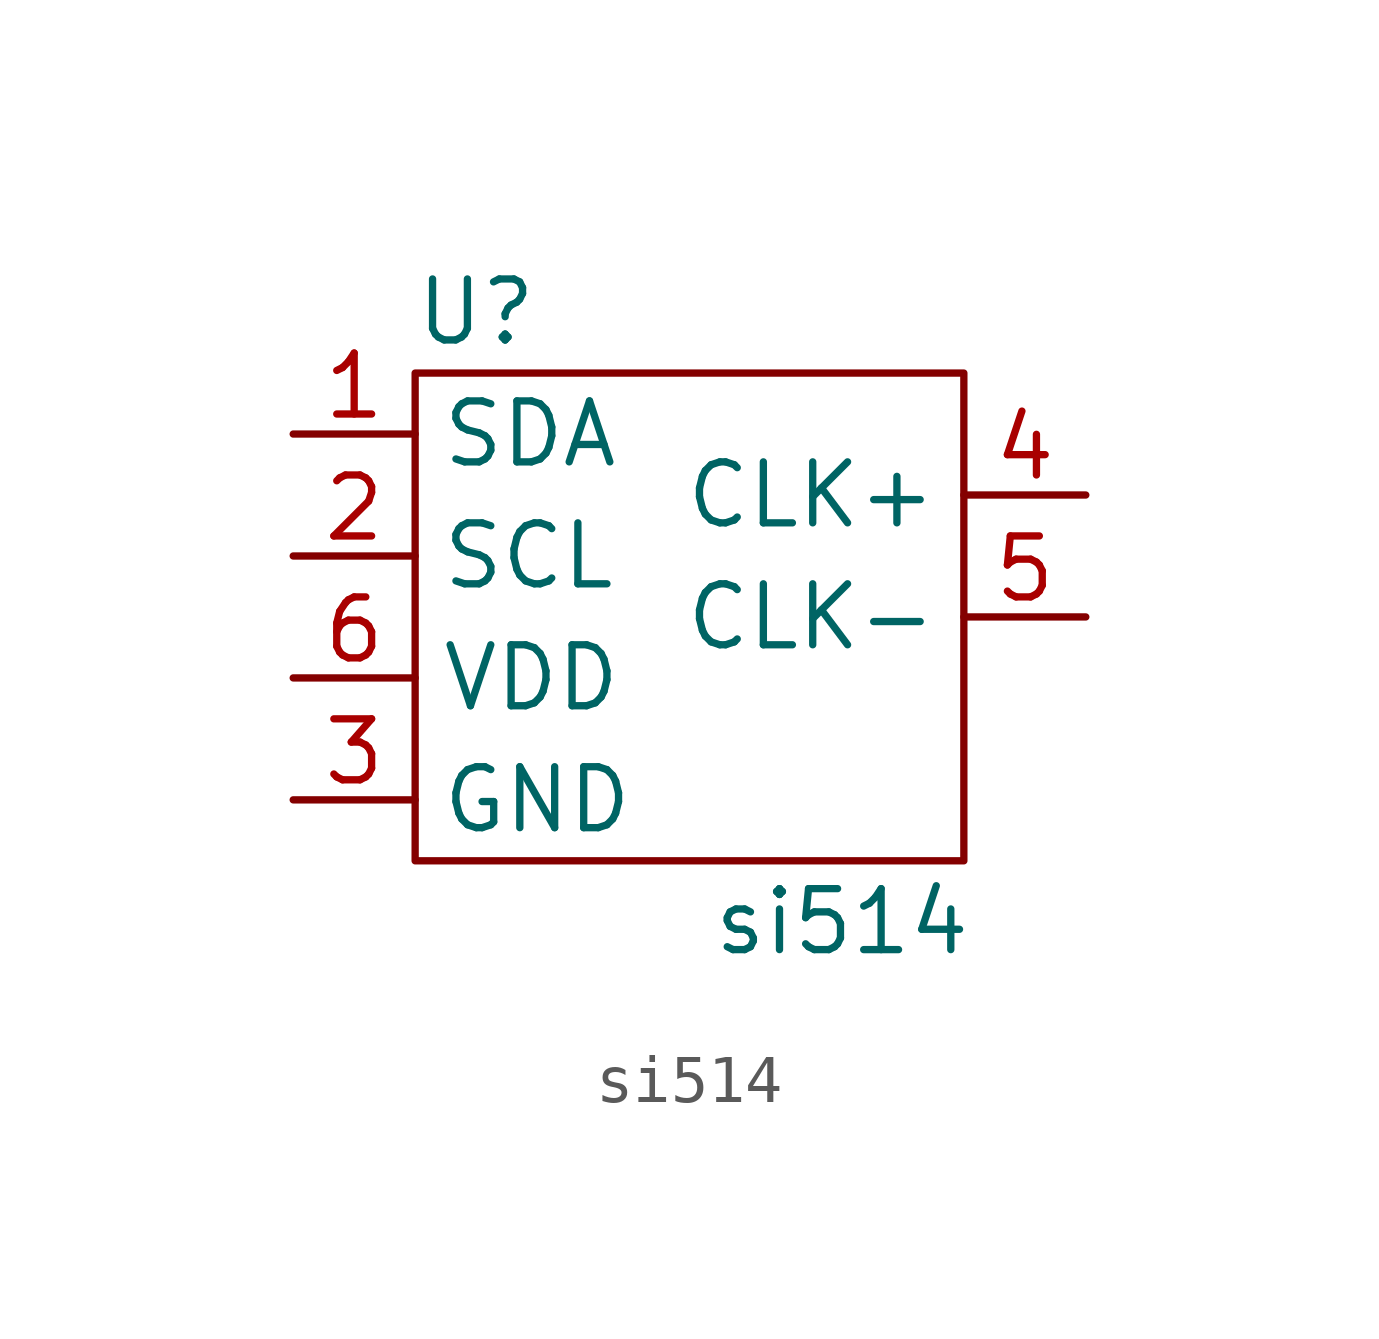
<source format=kicad_sym>
(kicad_symbol_lib
  (version 20211014)
  (generator kicad_symbol_editor)
  (symbol "si514"
    (property "Reference" "U"
      (at -3.81 6.35 0)
      (effects (font (size 1.27 1.27))))
    (property "Value" "si514"
      (at 3.81 -6.35 0)
      (effects (font (size 1.27 1.27))))
    (symbol "si514_0_1"
      (rectangle (start -5.08 5.08) (end 6.35 -5.08) (stroke (width 0) (type default) (color 0 0 0 0)) (fill (type none))))
    (symbol "si514_1_1"
      (pin bidirectional line (at -7.62 3.81 0) (length 2.54) (name "SDA" (effects (font (size 1.27 1.27)))) (number "1" (effects (font (size 1.27 1.27)))))
      (pin input line (at -7.62 1.27 0) (length 2.54) (name "SCL" (effects (font (size 1.27 1.27)))) (number "2" (effects (font (size 1.27 1.27)))))
      (pin input line (at -7.62 -3.81 0) (length 2.54) (name "GND" (effects (font (size 1.27 1.27)))) (number "3" (effects (font (size 1.27 1.27)))))
      (pin output line (at 8.89 2.54 180) (length 2.54) (name "CLK+" (effects (font (size 1.27 1.27)))) (number "4" (effects (font (size 1.27 1.27)))))
      (pin output line (at 8.89 0 180) (length 2.54) (name "CLK-" (effects (font (size 1.27 1.27)))) (number "5" (effects (font (size 1.27 1.27)))))
      (pin power_in line (at -7.62 -1.27 0) (length 2.54) (name "VDD" (effects (font (size 1.27 1.27)))) (number "6" (effects (font (size 1.27 1.27))))))))
</source>
